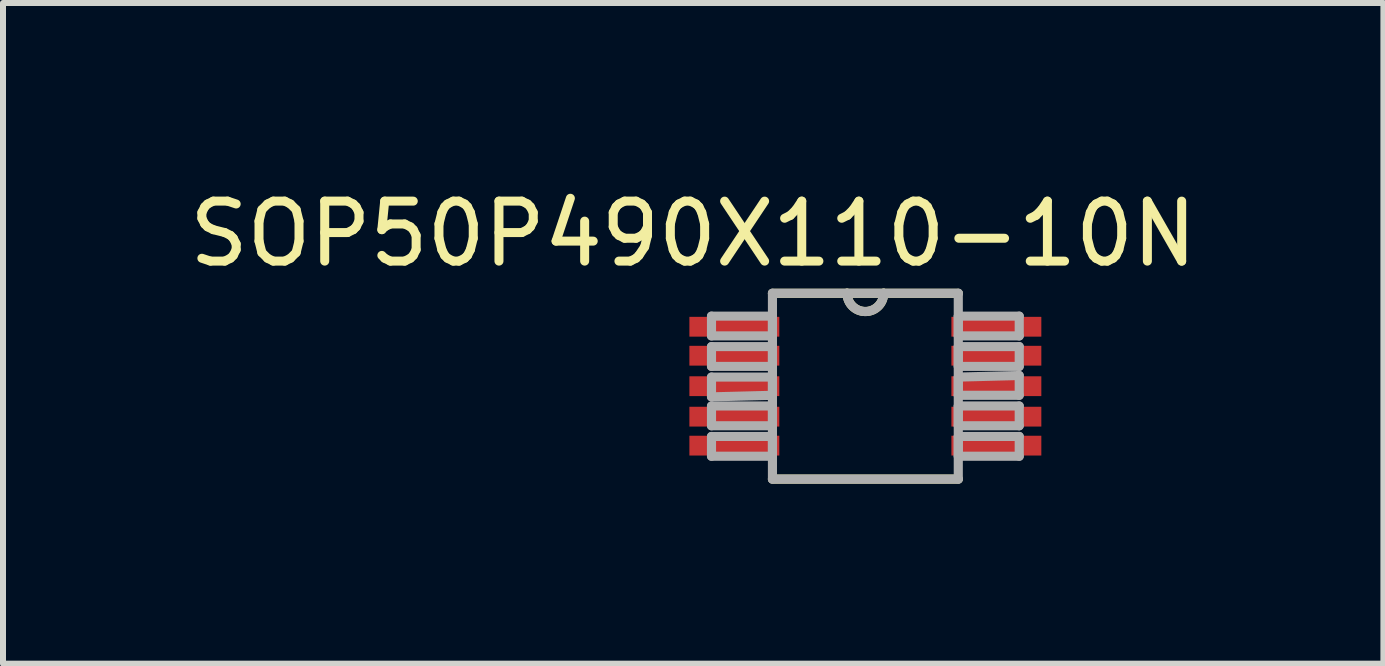
<source format=kicad_pcb>
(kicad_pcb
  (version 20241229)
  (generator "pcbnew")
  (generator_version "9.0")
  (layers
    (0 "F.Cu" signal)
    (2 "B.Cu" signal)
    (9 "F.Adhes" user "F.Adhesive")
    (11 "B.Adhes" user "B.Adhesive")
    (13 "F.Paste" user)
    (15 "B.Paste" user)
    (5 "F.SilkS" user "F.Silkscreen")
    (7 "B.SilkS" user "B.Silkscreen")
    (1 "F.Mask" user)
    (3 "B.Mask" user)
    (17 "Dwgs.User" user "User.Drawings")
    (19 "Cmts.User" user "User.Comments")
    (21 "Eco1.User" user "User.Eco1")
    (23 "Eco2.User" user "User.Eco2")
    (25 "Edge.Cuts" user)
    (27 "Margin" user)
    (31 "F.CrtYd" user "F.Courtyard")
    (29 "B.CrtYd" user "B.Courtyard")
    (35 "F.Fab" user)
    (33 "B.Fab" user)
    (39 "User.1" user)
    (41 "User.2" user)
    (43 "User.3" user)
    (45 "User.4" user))
  (footprint "SOP50P490X110-10N"
    (layer "F.Cu")
    (at 11.376 3.388)
    (property "Reference" "SOP50P490X110-10N" (at -2.87 -2.54 0) (layer "F.SilkS") (effects (font (size 1 1) (thickness 0.15))))
    (attr smd)
    (fp_line (start -1.549 1.549) (end 1.549 1.549) (stroke (width 0.152) (type solid)) (layer "F.SilkS"))
    (fp_line (start -0.305 -1.549) (end -1.549 -1.549) (stroke (width 0.152) (type solid)) (layer "F.SilkS"))
    (fp_line (start 0.305 -1.549) (end -0.305 -1.549) (stroke (width 0.152) (type solid)) (layer "F.SilkS"))
    (fp_line (start 1.549 -1.549) (end 0.305 -1.549) (stroke (width 0.152) (type solid)) (layer "F.SilkS"))
    (fp_arc (start 0.3048 -1.5494) (mid 0 -1.2446) (end -0.3048 -1.5494) (stroke (width 0.1524) (type solid)) (layer "F.SilkS"))
    (fp_line (start -2.565 -1.168) (end -2.565 -0.838) (stroke (width 0.152) (type solid)) (layer "F.Fab"))
    (fp_line (start -2.565 -0.838) (end -1.549 -0.838) (stroke (width 0.152) (type solid)) (layer "F.Fab"))
    (fp_line (start -2.565 -0.66) (end -2.565 -0.33) (stroke (width 0.152) (type solid)) (layer "F.Fab"))
    (fp_line (start -2.565 -0.33) (end -1.549 -0.33) (stroke (width 0.152) (type solid)) (layer "F.Fab"))
    (fp_line (start -2.565 -0.152) (end -2.565 0.178) (stroke (width 0.152) (type solid)) (layer "F.Fab"))
    (fp_line (start -2.565 0.178) (end -1.549 0.152) (stroke (width 0.152) (type solid)) (layer "F.Fab"))
    (fp_line (start -2.565 0.33) (end -2.565 0.66) (stroke (width 0.152) (type solid)) (layer "F.Fab"))
    (fp_line (start -2.565 0.66) (end -1.549 0.66) (stroke (width 0.152) (type solid)) (layer "F.Fab"))
    (fp_line (start -2.565 0.838) (end -2.565 1.168) (stroke (width 0.152) (type solid)) (layer "F.Fab"))
    (fp_line (start -2.565 1.168) (end -1.549 1.168) (stroke (width 0.152) (type solid)) (layer "F.Fab"))
    (fp_line (start -1.549 -1.549) (end -1.549 1.549) (stroke (width 0.152) (type solid)) (layer "F.Fab"))
    (fp_line (start -1.549 -1.168) (end -2.565 -1.168) (stroke (width 0.152) (type solid)) (layer "F.Fab"))
    (fp_line (start -1.549 -0.838) (end -1.549 -1.168) (stroke (width 0.152) (type solid)) (layer "F.Fab"))
    (fp_line (start -1.549 -0.66) (end -2.565 -0.66) (stroke (width 0.152) (type solid)) (layer "F.Fab"))
    (fp_line (start -1.549 -0.33) (end -1.549 -0.66) (stroke (width 0.152) (type solid)) (layer "F.Fab"))
    (fp_line (start -1.549 -0.152) (end -2.565 -0.152) (stroke (width 0.152) (type solid)) (layer "F.Fab"))
    (fp_line (start -1.549 0.152) (end -1.549 -0.152) (stroke (width 0.152) (type solid)) (layer "F.Fab"))
    (fp_line (start -1.549 0.33) (end -2.565 0.33) (stroke (width 0.152) (type solid)) (layer "F.Fab"))
    (fp_line (start -1.549 0.66) (end -1.549 0.33) (stroke (width 0.152) (type solid)) (layer "F.Fab"))
    (fp_line (start -1.549 0.838) (end -2.565 0.838) (stroke (width 0.152) (type solid)) (layer "F.Fab"))
    (fp_line (start -1.549 1.168) (end -1.549 0.838) (stroke (width 0.152) (type solid)) (layer "F.Fab"))
    (fp_line (start -1.549 1.549) (end 1.549 1.549) (stroke (width 0.152) (type solid)) (layer "F.Fab"))
    (fp_line (start -0.305 -1.549) (end -1.549 -1.549) (stroke (width 0.152) (type solid)) (layer "F.Fab"))
    (fp_line (start 0.305 -1.549) (end -0.305 -1.549) (stroke (width 0.152) (type solid)) (layer "F.Fab"))
    (fp_line (start 1.549 -1.549) (end 0.305 -1.549) (stroke (width 0.152) (type solid)) (layer "F.Fab"))
    (fp_line (start 1.549 -1.168) (end 1.549 -0.838) (stroke (width 0.152) (type solid)) (layer "F.Fab"))
    (fp_line (start 1.549 -0.838) (end 2.565 -0.838) (stroke (width 0.152) (type solid)) (layer "F.Fab"))
    (fp_line (start 1.549 -0.66) (end 1.549 -0.33) (stroke (width 0.152) (type solid)) (layer "F.Fab"))
    (fp_line (start 1.549 -0.33) (end 2.565 -0.33) (stroke (width 0.152) (type solid)) (layer "F.Fab"))
    (fp_line (start 1.549 -0.152) (end 1.549 0.152) (stroke (width 0.152) (type solid)) (layer "F.Fab"))
    (fp_line (start 1.549 0.152) (end 2.565 0.152) (stroke (width 0.152) (type solid)) (layer "F.Fab"))
    (fp_line (start 1.549 0.33) (end 1.549 0.66) (stroke (width 0.152) (type solid)) (layer "F.Fab"))
    (fp_line (start 1.549 0.66) (end 2.565 0.66) (stroke (width 0.152) (type solid)) (layer "F.Fab"))
    (fp_line (start 1.549 0.838) (end 1.549 1.168) (stroke (width 0.152) (type solid)) (layer "F.Fab"))
    (fp_line (start 1.549 1.168) (end 2.565 1.168) (stroke (width 0.152) (type solid)) (layer "F.Fab"))
    (fp_line (start 1.549 1.549) (end 1.549 -1.549) (stroke (width 0.152) (type solid)) (layer "F.Fab"))
    (fp_line (start 2.565 -1.168) (end 1.549 -1.168) (stroke (width 0.152) (type solid)) (layer "F.Fab"))
    (fp_line (start 2.565 -0.838) (end 2.565 -1.168) (stroke (width 0.152) (type solid)) (layer "F.Fab"))
    (fp_line (start 2.565 -0.66) (end 1.549 -0.66) (stroke (width 0.152) (type solid)) (layer "F.Fab"))
    (fp_line (start 2.565 -0.33) (end 2.565 -0.66) (stroke (width 0.152) (type solid)) (layer "F.Fab"))
    (fp_line (start 2.565 -0.178) (end 1.549 -0.152) (stroke (width 0.152) (type solid)) (layer "F.Fab"))
    (fp_line (start 2.565 0.152) (end 2.565 -0.178) (stroke (width 0.152) (type solid)) (layer "F.Fab"))
    (fp_line (start 2.565 0.33) (end 1.549 0.33) (stroke (width 0.152) (type solid)) (layer "F.Fab"))
    (fp_line (start 2.565 0.66) (end 2.565 0.33) (stroke (width 0.152) (type solid)) (layer "F.Fab"))
    (fp_line (start 2.565 0.838) (end 1.549 0.838) (stroke (width 0.152) (type solid)) (layer "F.Fab"))
    (fp_line (start 2.565 1.168) (end 2.565 0.838) (stroke (width 0.152) (type solid)) (layer "F.Fab"))
    (fp_arc (start 0.3048 -1.5494) (mid 0 -1.2446) (end -0.3048 -1.5494) (stroke (width 0.1524) (type solid)) (layer "F.Fab"))
    (pad "1" smd rect (at -2.184 -0.991) (size 1.499 0.33) (layers "F.Cu" "F.Mask" "F.Paste"))
    (pad "2" smd rect (at -2.184 -0.508) (size 1.499 0.33) (layers "F.Cu" "F.Mask" "F.Paste"))
    (pad "3" smd rect (at -2.184 0) (size 1.499 0.33) (layers "F.Cu" "F.Mask" "F.Paste"))
    (pad "4" smd rect (at -2.184 0.508) (size 1.499 0.33) (layers "F.Cu" "F.Mask" "F.Paste"))
    (pad "5" smd rect (at -2.184 0.991) (size 1.499 0.33) (layers "F.Cu" "F.Mask" "F.Paste"))
    (pad "6" smd rect (at 2.184 0.991) (size 1.499 0.33) (layers "F.Cu" "F.Mask" "F.Paste"))
    (pad "7" smd rect (at 2.184 0.508) (size 1.499 0.33) (layers "F.Cu" "F.Mask" "F.Paste"))
    (pad "8" smd rect (at 2.184 0) (size 1.499 0.33) (layers "F.Cu" "F.Mask" "F.Paste"))
    (pad "9" smd rect (at 2.184 -0.508) (size 1.499 0.33) (layers "F.Cu" "F.Mask" "F.Paste"))
    (pad "10" smd rect (at 2.184 -0.991) (size 1.499 0.33) (layers "F.Cu" "F.Mask" "F.Paste")))
  (gr_rect
    (start -3 -3)
    (end 20.012 8.014)
    (stroke (width 0.1) (type default))
    (fill no)
    (layer "Edge.Cuts")))
</source>
